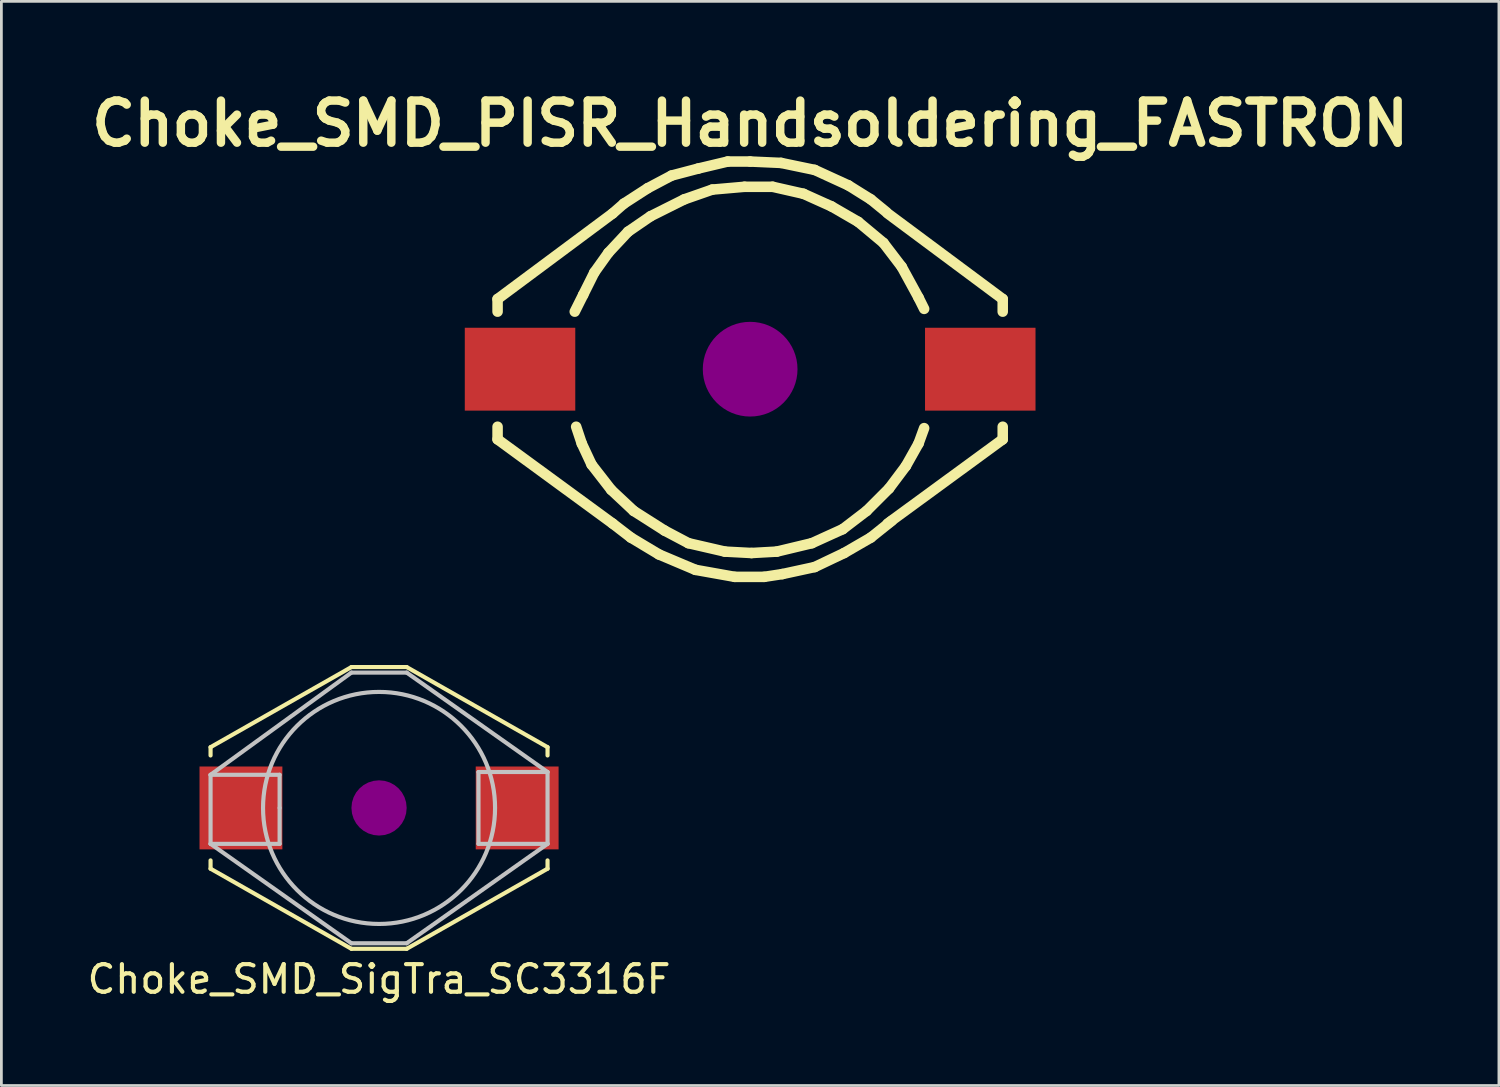
<source format=kicad_pcb>
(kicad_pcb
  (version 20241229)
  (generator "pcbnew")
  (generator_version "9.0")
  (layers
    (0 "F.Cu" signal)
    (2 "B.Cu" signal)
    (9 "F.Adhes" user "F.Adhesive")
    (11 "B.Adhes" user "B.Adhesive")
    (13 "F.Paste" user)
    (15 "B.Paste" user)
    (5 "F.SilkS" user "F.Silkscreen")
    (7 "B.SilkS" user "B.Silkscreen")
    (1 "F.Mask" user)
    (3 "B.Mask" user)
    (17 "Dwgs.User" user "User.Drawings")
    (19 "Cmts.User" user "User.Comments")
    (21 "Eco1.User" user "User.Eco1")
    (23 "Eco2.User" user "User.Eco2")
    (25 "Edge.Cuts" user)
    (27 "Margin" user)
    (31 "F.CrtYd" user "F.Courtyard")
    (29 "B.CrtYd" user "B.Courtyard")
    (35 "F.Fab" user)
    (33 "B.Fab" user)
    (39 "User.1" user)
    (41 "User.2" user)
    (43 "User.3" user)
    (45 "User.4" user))
  (footprint "Choke_SMD_SigTra_SC3316F"
    (layer "F.Cu")
    (at 10.673 26.2)
    (property "Reference" "Choke_SMD_SigTra_SC3316F" (at 0 6.2 0) (layer "F.SilkS") (effects (font (size 1 1) (thickness 0.15))))
    (attr through_hole)
    (fp_line (start -6.1 -2.2) (end -1 -5.1) (stroke (width 0.15) (type solid)) (layer "F.SilkS"))
    (fp_line (start -6.1 -1.9) (end -6.1 -2.2) (stroke (width 0.15) (type solid)) (layer "F.SilkS"))
    (fp_line (start -6.1 1.9) (end -6.1 2.2) (stroke (width 0.15) (type solid)) (layer "F.SilkS"))
    (fp_line (start -6.1 2.2) (end -1 5.1) (stroke (width 0.15) (type solid)) (layer "F.SilkS"))
    (fp_line (start 1 -5.1) (end -1 -5.1) (stroke (width 0.15) (type solid)) (layer "F.SilkS"))
    (fp_line (start 1 5.1) (end -1 5.1) (stroke (width 0.15) (type solid)) (layer "F.SilkS"))
    (fp_line (start 6.1 -2.2) (end 1 -5.1) (stroke (width 0.15) (type solid)) (layer "F.SilkS"))
    (fp_line (start 6.1 -1.9) (end 6.1 -2.2) (stroke (width 0.15) (type solid)) (layer "F.SilkS"))
    (fp_line (start 6.1 1.9) (end 6.1 2.2) (stroke (width 0.15) (type solid)) (layer "F.SilkS"))
    (fp_line (start 6.1 2.2) (end 1 5.1) (stroke (width 0.15) (type solid)) (layer "F.SilkS"))
    (fp_circle (center 0 0) (end 0.5 0) (stroke (width 1) (type solid)) (fill no) (layer "F.Adhes"))
    (fp_line (start -6.1 -1.2) (end -3.6 -1.2) (stroke (width 0.15) (type solid)) (layer "Dwgs.User"))
    (fp_line (start -6.1 1.3) (end -6.1 -1.2) (stroke (width 0.15) (type solid)) (layer "Dwgs.User"))
    (fp_line (start -3.6 -1.2) (end -3.6 0) (stroke (width 0.15) (type solid)) (layer "Dwgs.User"))
    (fp_line (start -3.6 0) (end -3.6 1.3) (stroke (width 0.15) (type solid)) (layer "Dwgs.User"))
    (fp_line (start -3.6 1.3) (end -6.1 1.3) (stroke (width 0.15) (type solid)) (layer "Dwgs.User"))
    (fp_line (start -1 -4.9) (end -6.1 -1.2) (stroke (width 0.15) (type solid)) (layer "Dwgs.User"))
    (fp_line (start -1 4.9) (end -6.1 1.3) (stroke (width 0.15) (type solid)) (layer "Dwgs.User"))
    (fp_line (start 1 -4.9) (end -1 -4.9) (stroke (width 0.15) (type solid)) (layer "Dwgs.User"))
    (fp_line (start 1 -4.9) (end 6.1 -1.3) (stroke (width 0.15) (type solid)) (layer "Dwgs.User"))
    (fp_line (start 1 4.9) (end -1 4.9) (stroke (width 0.15) (type solid)) (layer "Dwgs.User"))
    (fp_line (start 3.6 -1.3) (end 6.1 -1.3) (stroke (width 0.15) (type solid)) (layer "Dwgs.User"))
    (fp_line (start 3.6 1.3) (end 3.6 -1.3) (stroke (width 0.15) (type solid)) (layer "Dwgs.User"))
    (fp_line (start 6.1 -1.3) (end 6.1 1.3) (stroke (width 0.15) (type solid)) (layer "Dwgs.User"))
    (fp_line (start 6.1 1.3) (end 1 4.9) (stroke (width 0.15) (type solid)) (layer "Dwgs.User"))
    (fp_line (start 6.1 1.3) (end 3.6 1.3) (stroke (width 0.15) (type solid)) (layer "Dwgs.User"))
    (fp_circle (center 0 0) (end 4.2 0) (stroke (width 0.15) (type solid)) (fill no) (layer "Dwgs.User"))
    (pad "1" smd rect (at -5 0) (size 3 3) (layers "F.Cu" "F.Mask" "F.Paste"))
    (pad "2" smd rect (at 5 0) (size 3 3) (layers "F.Cu" "F.Mask" "F.Paste")))
  (footprint "Choke_SMD_PISR_Handsoldering_FASTRON"
    (layer "F.Cu")
    (at 24.108 10.316)
    (property "Reference" "Choke_SMD_PISR_Handsoldering_FASTRON" (at 0 -8.89 0) (layer "F.SilkS") (effects (font (size 1.524 1.524) (thickness 0.305))))
    (attr smd)
    (fp_line (start -9.144 -2.54) (end -4.978 -5.639) (stroke (width 0.381) (type solid)) (layer "F.SilkS"))
    (fp_line (start -9.144 -2.083) (end -9.144 -2.54) (stroke (width 0.381) (type solid)) (layer "F.SilkS"))
    (fp_line (start -9.144 2.083) (end -9.144 2.54) (stroke (width 0.381) (type solid)) (layer "F.SilkS"))
    (fp_line (start -9.144 2.54) (end -4.978 5.588) (stroke (width 0.381) (type solid)) (layer "F.SilkS"))
    (fp_line (start -6.35 -2.083) (end -6.045 -2.692) (stroke (width 0.381) (type solid)) (layer "F.SilkS"))
    (fp_line (start -6.299 2.083) (end -6.096 2.692) (stroke (width 0.381) (type solid)) (layer "F.SilkS"))
    (fp_line (start -6.096 2.692) (end -5.74 3.454) (stroke (width 0.381) (type solid)) (layer "F.SilkS"))
    (fp_line (start -6.045 -2.692) (end -5.639 -3.505) (stroke (width 0.381) (type solid)) (layer "F.SilkS"))
    (fp_line (start -5.74 3.454) (end -5.029 4.369) (stroke (width 0.381) (type solid)) (layer "F.SilkS"))
    (fp_line (start -5.639 -3.505) (end -5.131 -4.216) (stroke (width 0.381) (type solid)) (layer "F.SilkS"))
    (fp_line (start -5.131 -4.216) (end -4.42 -4.978) (stroke (width 0.381) (type solid)) (layer "F.SilkS"))
    (fp_line (start -5.029 4.369) (end -4.216 5.131) (stroke (width 0.381) (type solid)) (layer "F.SilkS"))
    (fp_line (start -4.978 -5.639) (end -4.572 -5.994) (stroke (width 0.381) (type solid)) (layer "F.SilkS"))
    (fp_line (start -4.978 5.588) (end -4.318 6.096) (stroke (width 0.381) (type solid)) (layer "F.SilkS"))
    (fp_line (start -4.572 -5.994) (end -3.708 -6.553) (stroke (width 0.381) (type solid)) (layer "F.SilkS"))
    (fp_line (start -4.42 -4.978) (end -3.607 -5.537) (stroke (width 0.381) (type solid)) (layer "F.SilkS"))
    (fp_line (start -4.318 6.096) (end -3.302 6.706) (stroke (width 0.381) (type solid)) (layer "F.SilkS"))
    (fp_line (start -4.216 5.131) (end -3.099 5.842) (stroke (width 0.381) (type solid)) (layer "F.SilkS"))
    (fp_line (start -3.708 -6.553) (end -2.845 -7.01) (stroke (width 0.381) (type solid)) (layer "F.SilkS"))
    (fp_line (start -3.607 -5.537) (end -2.388 -6.147) (stroke (width 0.381) (type solid)) (layer "F.SilkS"))
    (fp_line (start -3.302 6.706) (end -1.981 7.264) (stroke (width 0.381) (type solid)) (layer "F.SilkS"))
    (fp_line (start -3.099 5.842) (end -2.235 6.299) (stroke (width 0.381) (type solid)) (layer "F.SilkS"))
    (fp_line (start -2.845 -7.01) (end -1.88 -7.264) (stroke (width 0.381) (type solid)) (layer "F.SilkS"))
    (fp_line (start -2.388 -6.147) (end -1.372 -6.502) (stroke (width 0.381) (type solid)) (layer "F.SilkS"))
    (fp_line (start -2.235 6.299) (end -0.914 6.604) (stroke (width 0.381) (type solid)) (layer "F.SilkS"))
    (fp_line (start -1.981 7.264) (end -0.559 7.518) (stroke (width 0.381) (type solid)) (layer "F.SilkS"))
    (fp_line (start -1.88 -7.264) (end -0.813 -7.518) (stroke (width 0.381) (type solid)) (layer "F.SilkS"))
    (fp_line (start -1.372 -6.502) (end -0.203 -6.604) (stroke (width 0.381) (type solid)) (layer "F.SilkS"))
    (fp_line (start -0.914 6.604) (end 0.051 6.655) (stroke (width 0.381) (type solid)) (layer "F.SilkS"))
    (fp_line (start -0.813 -7.518) (end 0 -7.518) (stroke (width 0.381) (type solid)) (layer "F.SilkS"))
    (fp_line (start -0.559 7.518) (end 0.508 7.518) (stroke (width 0.381) (type solid)) (layer "F.SilkS"))
    (fp_line (start -0.203 -6.604) (end 0.813 -6.604) (stroke (width 0.381) (type solid)) (layer "F.SilkS"))
    (fp_line (start 0 -7.518) (end 1.118 -7.468) (stroke (width 0.381) (type solid)) (layer "F.SilkS"))
    (fp_line (start 0.051 6.655) (end 0.965 6.604) (stroke (width 0.381) (type solid)) (layer "F.SilkS"))
    (fp_line (start 0.508 7.518) (end 1.168 7.417) (stroke (width 0.381) (type solid)) (layer "F.SilkS"))
    (fp_line (start 0.813 -6.604) (end 1.93 -6.35) (stroke (width 0.381) (type solid)) (layer "F.SilkS"))
    (fp_line (start 0.965 6.604) (end 2.235 6.299) (stroke (width 0.381) (type solid)) (layer "F.SilkS"))
    (fp_line (start 1.118 -7.468) (end 2.337 -7.214) (stroke (width 0.381) (type solid)) (layer "F.SilkS"))
    (fp_line (start 1.168 7.417) (end 2.337 7.163) (stroke (width 0.381) (type solid)) (layer "F.SilkS"))
    (fp_line (start 1.93 -6.35) (end 2.946 -5.893) (stroke (width 0.381) (type solid)) (layer "F.SilkS"))
    (fp_line (start 2.235 6.299) (end 3.353 5.791) (stroke (width 0.381) (type solid)) (layer "F.SilkS"))
    (fp_line (start 2.337 -7.214) (end 3.556 -6.655) (stroke (width 0.381) (type solid)) (layer "F.SilkS"))
    (fp_line (start 2.337 7.163) (end 3.404 6.655) (stroke (width 0.381) (type solid)) (layer "F.SilkS"))
    (fp_line (start 2.946 -5.893) (end 3.912 -5.334) (stroke (width 0.381) (type solid)) (layer "F.SilkS"))
    (fp_line (start 3.353 5.791) (end 4.216 5.131) (stroke (width 0.381) (type solid)) (layer "F.SilkS"))
    (fp_line (start 3.404 6.655) (end 4.369 6.096) (stroke (width 0.381) (type solid)) (layer "F.SilkS"))
    (fp_line (start 3.556 -6.655) (end 4.369 -6.147) (stroke (width 0.381) (type solid)) (layer "F.SilkS"))
    (fp_line (start 3.912 -5.334) (end 4.826 -4.572) (stroke (width 0.381) (type solid)) (layer "F.SilkS"))
    (fp_line (start 4.216 5.131) (end 5.029 4.318) (stroke (width 0.381) (type solid)) (layer "F.SilkS"))
    (fp_line (start 4.369 -6.147) (end 4.928 -5.69) (stroke (width 0.381) (type solid)) (layer "F.SilkS"))
    (fp_line (start 4.369 6.096) (end 5.131 5.486) (stroke (width 0.381) (type solid)) (layer "F.SilkS"))
    (fp_line (start 4.826 -4.572) (end 5.486 -3.708) (stroke (width 0.381) (type solid)) (layer "F.SilkS"))
    (fp_line (start 5.029 4.318) (end 5.639 3.505) (stroke (width 0.381) (type solid)) (layer "F.SilkS"))
    (fp_line (start 5.486 -3.708) (end 6.096 -2.591) (stroke (width 0.381) (type solid)) (layer "F.SilkS"))
    (fp_line (start 5.639 3.505) (end 6.096 2.692) (stroke (width 0.381) (type solid)) (layer "F.SilkS"))
    (fp_line (start 6.096 -2.591) (end 6.299 -2.184) (stroke (width 0.381) (type solid)) (layer "F.SilkS"))
    (fp_line (start 6.096 2.692) (end 6.299 2.134) (stroke (width 0.381) (type solid)) (layer "F.SilkS"))
    (fp_line (start 9.144 -2.54) (end 4.978 -5.639) (stroke (width 0.381) (type solid)) (layer "F.SilkS"))
    (fp_line (start 9.144 -2.083) (end 9.144 -2.54) (stroke (width 0.381) (type solid)) (layer "F.SilkS"))
    (fp_line (start 9.144 2.083) (end 9.144 2.54) (stroke (width 0.381) (type solid)) (layer "F.SilkS"))
    (fp_line (start 9.144 2.54) (end 4.978 5.588) (stroke (width 0.381) (type solid)) (layer "F.SilkS"))
    (fp_line (start 0 -0.254) (end 0 0.254) (stroke (width 0.381) (type solid)) (layer "F.Adhes"))
    (fp_circle (center 0 0) (end 0 0.254) (stroke (width 0.381) (type solid)) (fill no) (layer "F.Adhes"))
    (fp_circle (center 0 0) (end 0 0.508) (stroke (width 0.381) (type solid)) (fill no) (layer "F.Adhes"))
    (fp_circle (center 0 0) (end 0 0.762) (stroke (width 0.381) (type solid)) (fill no) (layer "F.Adhes"))
    (fp_circle (center 0 0) (end 0 1.016) (stroke (width 0.381) (type solid)) (fill no) (layer "F.Adhes"))
    (fp_circle (center 0 0) (end 0 1.27) (stroke (width 0.381) (type solid)) (fill no) (layer "F.Adhes"))
    (fp_circle (center 0 0) (end 0 1.524) (stroke (width 0.381) (type solid)) (fill no) (layer "F.Adhes"))
    (pad "1" smd rect (at 8.331 0) (size 4 3) (layers "F.Cu" "F.Mask" "F.Paste"))
    (pad "2" smd rect (at -8.331 0) (size 4 3) (layers "F.Cu" "F.Mask" "F.Paste")))
  (gr_rect
    (start -3 -3)
    (end 51.216 36.249)
    (stroke (width 0.1) (type default))
    (fill no)
    (layer "Edge.Cuts")))
</source>
